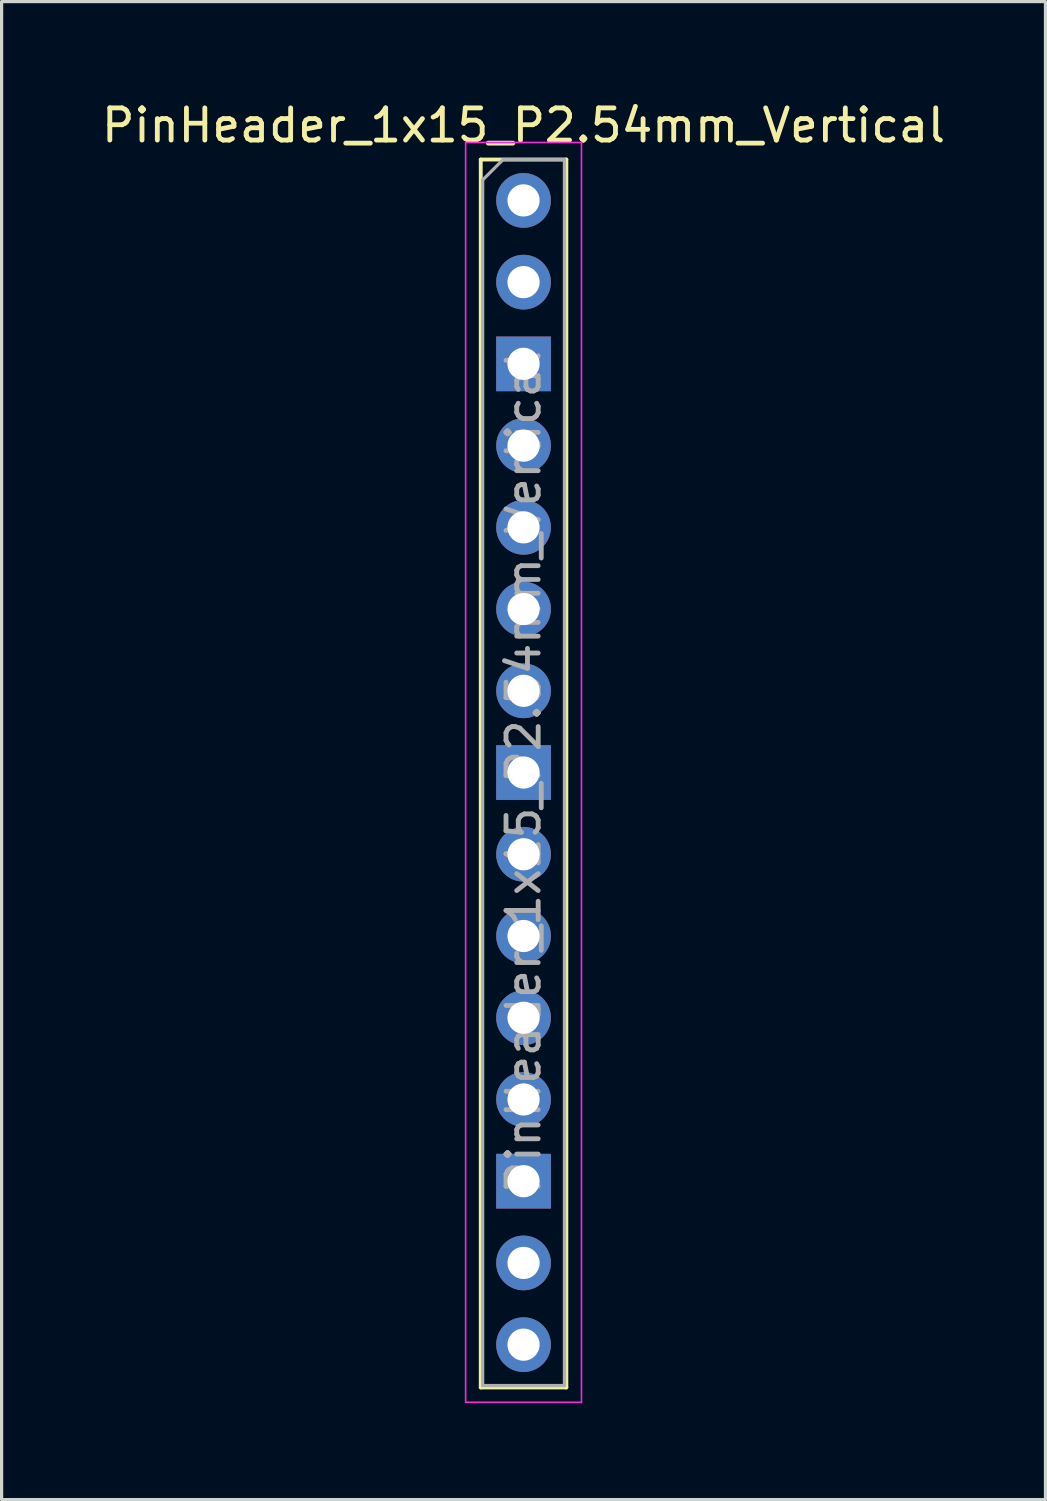
<source format=kicad_pcb>
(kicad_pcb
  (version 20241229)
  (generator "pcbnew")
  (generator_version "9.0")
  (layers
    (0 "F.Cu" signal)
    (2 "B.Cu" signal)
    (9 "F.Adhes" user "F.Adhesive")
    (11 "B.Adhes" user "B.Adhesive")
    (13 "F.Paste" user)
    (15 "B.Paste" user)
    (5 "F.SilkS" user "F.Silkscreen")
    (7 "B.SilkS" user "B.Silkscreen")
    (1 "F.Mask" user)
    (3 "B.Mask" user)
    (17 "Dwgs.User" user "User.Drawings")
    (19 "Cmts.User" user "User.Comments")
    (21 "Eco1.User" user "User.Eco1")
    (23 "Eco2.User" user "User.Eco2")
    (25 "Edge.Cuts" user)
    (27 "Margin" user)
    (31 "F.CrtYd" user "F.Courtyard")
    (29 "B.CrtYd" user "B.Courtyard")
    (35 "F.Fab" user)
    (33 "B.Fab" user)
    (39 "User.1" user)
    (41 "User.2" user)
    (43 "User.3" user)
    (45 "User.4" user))
  (footprint "PinHeader_1x15_P2.54mm_Vertical"
    (layer "F.Cu")
    (at 13.22 3.178)
    (property "Reference" "PinHeader_1x15_P2.54mm_Vertical" (at 0 -2.33 0) (layer "F.SilkS") (effects (font (size 1 1) (thickness 0.15))))
    (attr through_hole)
    (fp_line (start -1.33 -1.27) (end -1.33 36.89) (stroke (width 0.12) (type solid)) (layer "F.SilkS"))
    (fp_line (start -1.33 -1.27) (end 1.33 -1.27) (stroke (width 0.12) (type solid)) (layer "F.SilkS"))
    (fp_line (start -1.33 36.89) (end 1.33 36.89) (stroke (width 0.12) (type solid)) (layer "F.SilkS"))
    (fp_line (start 1.33 -1.27) (end 1.33 36.89) (stroke (width 0.12) (type solid)) (layer "F.SilkS"))
    (fp_line (start -1.8 -1.8) (end -1.8 37.35) (stroke (width 0.05) (type solid)) (layer "F.CrtYd"))
    (fp_line (start -1.8 37.35) (end 1.8 37.35) (stroke (width 0.05) (type solid)) (layer "F.CrtYd"))
    (fp_line (start 1.8 -1.8) (end -1.8 -1.8) (stroke (width 0.05) (type solid)) (layer "F.CrtYd"))
    (fp_line (start 1.8 37.35) (end 1.8 -1.8) (stroke (width 0.05) (type solid)) (layer "F.CrtYd"))
    (fp_line (start -1.27 -0.635) (end -0.635 -1.27) (stroke (width 0.1) (type solid)) (layer "F.Fab"))
    (fp_line (start -1.27 36.83) (end -1.27 -0.635) (stroke (width 0.1) (type solid)) (layer "F.Fab"))
    (fp_line (start -0.635 -1.27) (end 1.27 -1.27) (stroke (width 0.1) (type solid)) (layer "F.Fab"))
    (fp_line (start 1.27 -1.27) (end 1.27 36.83) (stroke (width 0.1) (type solid)) (layer "F.Fab"))
    (fp_line (start 1.27 36.83) (end -1.27 36.83) (stroke (width 0.1) (type solid)) (layer "F.Fab"))
    (fp_text user "${REFERENCE}" (at 0 17.78 90) (layer "F.Fab") (effects (font (size 1 1) (thickness 0.15))))
    (pad "1" thru_hole circle (at 0 0) (size 1.7 1.7) (drill 1) (layers "*.Cu" "*.Mask"))
    (pad "2" thru_hole oval (at 0 2.54) (size 1.7 1.7) (drill 1) (layers "*.Cu" "*.Mask"))
    (pad "3" thru_hole rect (at 0 5.08) (size 1.7 1.7) (drill 1) (layers "*.Cu" "*.Mask"))
    (pad "4" thru_hole oval (at 0 7.62) (size 1.7 1.7) (drill 1) (layers "*.Cu" "*.Mask"))
    (pad "5" thru_hole oval (at 0 10.16) (size 1.7 1.7) (drill 1) (layers "*.Cu" "*.Mask"))
    (pad "6" thru_hole oval (at 0 12.7) (size 1.7 1.7) (drill 1) (layers "*.Cu" "*.Mask"))
    (pad "7" thru_hole oval (at 0 15.24) (size 1.7 1.7) (drill 1) (layers "*.Cu" "*.Mask"))
    (pad "8" thru_hole rect (at 0 17.78) (size 1.7 1.7) (drill 1) (layers "*.Cu" "*.Mask"))
    (pad "9" thru_hole oval (at 0 20.32) (size 1.7 1.7) (drill 1) (layers "*.Cu" "*.Mask"))
    (pad "10" thru_hole oval (at 0 22.86) (size 1.7 1.7) (drill 1) (layers "*.Cu" "*.Mask"))
    (pad "11" thru_hole oval (at 0 25.4) (size 1.7 1.7) (drill 1) (layers "*.Cu" "*.Mask"))
    (pad "12" thru_hole oval (at 0 27.94) (size 1.7 1.7) (drill 1) (layers "*.Cu" "*.Mask"))
    (pad "13" thru_hole rect (at 0 30.48) (size 1.7 1.7) (drill 1) (layers "*.Cu" "*.Mask"))
    (pad "14" thru_hole oval (at 0 33.02) (size 1.7 1.7) (drill 1) (layers "*.Cu" "*.Mask"))
    (pad "15" thru_hole oval (at 0 35.56) (size 1.7 1.7) (drill 1) (layers "*.Cu" "*.Mask")))
  (gr_rect
    (start -3 -3)
    (end 29.44 43.553)
    (stroke (width 0.1) (type default))
    (fill no)
    (layer "Edge.Cuts")))
</source>
